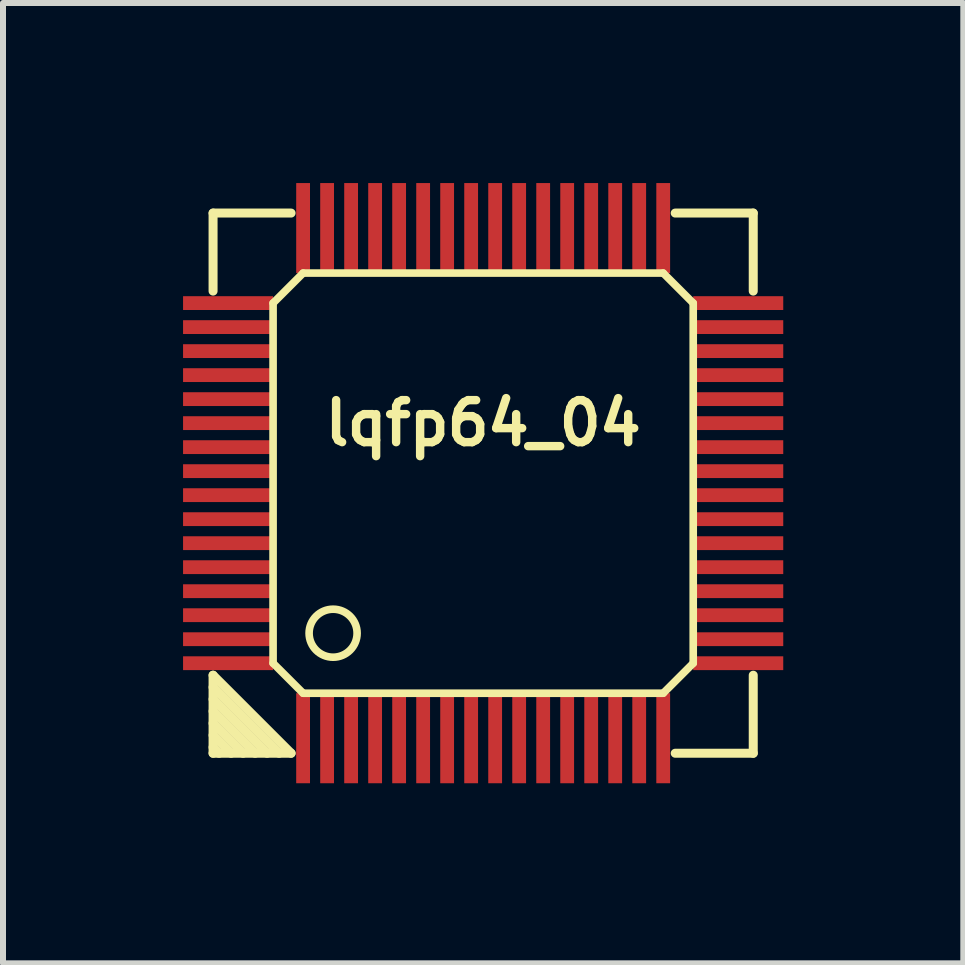
<source format=kicad_pcb>
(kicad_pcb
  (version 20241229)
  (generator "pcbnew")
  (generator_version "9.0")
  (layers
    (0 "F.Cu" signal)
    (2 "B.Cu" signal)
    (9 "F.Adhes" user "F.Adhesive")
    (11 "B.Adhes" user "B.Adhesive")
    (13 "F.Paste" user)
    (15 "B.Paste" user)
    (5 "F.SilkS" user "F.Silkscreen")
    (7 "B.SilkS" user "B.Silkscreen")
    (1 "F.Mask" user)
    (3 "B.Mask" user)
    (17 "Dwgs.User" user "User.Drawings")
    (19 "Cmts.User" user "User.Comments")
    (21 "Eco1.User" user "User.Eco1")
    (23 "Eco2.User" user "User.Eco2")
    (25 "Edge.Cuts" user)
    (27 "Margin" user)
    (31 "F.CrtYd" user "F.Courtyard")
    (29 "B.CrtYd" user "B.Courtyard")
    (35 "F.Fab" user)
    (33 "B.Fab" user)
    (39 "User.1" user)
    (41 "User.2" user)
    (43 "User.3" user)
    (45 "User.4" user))
  (footprint "lqfp64_04"
    (layer "F.Cu")
    (at 5 5)
    (property "Reference" "lqfp64_04" (at 0 -1 0) (layer "F.SilkS") (effects (font (size 0.7 0.7) (thickness 0.14))))
    (attr through_hole)
    (fp_line (start -4.5 -4.5) (end -3.2 -4.5) (stroke (width 0.15) (type solid)) (layer "F.SilkS"))
    (fp_line (start -4.5 -3.2) (end -4.5 -4.5) (stroke (width 0.15) (type solid)) (layer "F.SilkS"))
    (fp_line (start -4.5 3.2) (end -3.2 4.5) (stroke (width 0.15) (type solid)) (layer "F.SilkS"))
    (fp_line (start -4.5 3.4) (end -3.4 4.5) (stroke (width 0.15) (type solid)) (layer "F.SilkS"))
    (fp_line (start -4.5 3.8) (end -3.8 4.5) (stroke (width 0.15) (type solid)) (layer "F.SilkS"))
    (fp_line (start -4.5 4.2) (end -4.2 4.5) (stroke (width 0.15) (type solid)) (layer "F.SilkS"))
    (fp_line (start -4.5 4.5) (end -4.5 3.2) (stroke (width 0.15) (type solid)) (layer "F.SilkS"))
    (fp_line (start -4.4 4.5) (end -4.5 4.4) (stroke (width 0.15) (type solid)) (layer "F.SilkS"))
    (fp_line (start -4 4.5) (end -4.5 4) (stroke (width 0.15) (type solid)) (layer "F.SilkS"))
    (fp_line (start -3.6 4.5) (end -4.5 3.6) (stroke (width 0.15) (type solid)) (layer "F.SilkS"))
    (fp_line (start -3.5 -3) (end -3 -3.5) (stroke (width 0.127) (type solid)) (layer "F.SilkS"))
    (fp_line (start -3.5 3) (end -3.5 -3) (stroke (width 0.127) (type solid)) (layer "F.SilkS"))
    (fp_line (start -3.2 4.5) (end -4.5 4.5) (stroke (width 0.15) (type solid)) (layer "F.SilkS"))
    (fp_line (start -3 -3.5) (end 3 -3.5) (stroke (width 0.127) (type solid)) (layer "F.SilkS"))
    (fp_line (start -3 3.5) (end -3.5 3) (stroke (width 0.127) (type solid)) (layer "F.SilkS"))
    (fp_line (start 3 -3.5) (end 3.5 -3) (stroke (width 0.127) (type solid)) (layer "F.SilkS"))
    (fp_line (start 3 3.5) (end -3 3.5) (stroke (width 0.127) (type solid)) (layer "F.SilkS"))
    (fp_line (start 3.2 -4.5) (end 4.5 -4.5) (stroke (width 0.15) (type solid)) (layer "F.SilkS"))
    (fp_line (start 3.5 3) (end 3 3.5) (stroke (width 0.127) (type solid)) (layer "F.SilkS"))
    (fp_line (start 3.5 3) (end 3.5 -3) (stroke (width 0.127) (type solid)) (layer "F.SilkS"))
    (fp_line (start 4.5 -4.5) (end 4.5 -3.2) (stroke (width 0.15) (type solid)) (layer "F.SilkS"))
    (fp_line (start 4.5 3.2) (end 4.5 4.5) (stroke (width 0.15) (type solid)) (layer "F.SilkS"))
    (fp_line (start 4.5 4.5) (end 3.2 4.5) (stroke (width 0.15) (type solid)) (layer "F.SilkS"))
    (fp_circle (center -2.5 2.5) (end -2.1 2.5) (stroke (width 0.127) (type solid)) (fill no) (layer "F.SilkS"))
    (pad "1" smd rect (at -3 4.25) (size 0.23 1.5) (layers "F.Cu" "F.Mask" "F.Paste"))
    (pad "2" smd rect (at -2.6 4.25) (size 0.23 1.5) (layers "F.Cu" "F.Mask" "F.Paste"))
    (pad "3" smd rect (at -2.2 4.25) (size 0.23 1.5) (layers "F.Cu" "F.Mask" "F.Paste"))
    (pad "4" smd rect (at -1.8 4.25) (size 0.23 1.5) (layers "F.Cu" "F.Mask" "F.Paste"))
    (pad "5" smd rect (at -1.4 4.25) (size 0.23 1.5) (layers "F.Cu" "F.Mask" "F.Paste"))
    (pad "6" smd rect (at -1 4.25) (size 0.23 1.5) (layers "F.Cu" "F.Mask" "F.Paste"))
    (pad "7" smd rect (at -0.6 4.25) (size 0.23 1.5) (layers "F.Cu" "F.Mask" "F.Paste"))
    (pad "8" smd rect (at -0.2 4.25) (size 0.23 1.5) (layers "F.Cu" "F.Mask" "F.Paste"))
    (pad "9" smd rect (at 0.2 4.25) (size 0.23 1.5) (layers "F.Cu" "F.Mask" "F.Paste"))
    (pad "10" smd rect (at 0.6 4.25) (size 0.23 1.5) (layers "F.Cu" "F.Mask" "F.Paste"))
    (pad "11" smd rect (at 1 4.25) (size 0.23 1.5) (layers "F.Cu" "F.Mask" "F.Paste"))
    (pad "12" smd rect (at 1.4 4.25) (size 0.23 1.5) (layers "F.Cu" "F.Mask" "F.Paste"))
    (pad "13" smd rect (at 1.8 4.25) (size 0.23 1.5) (layers "F.Cu" "F.Mask" "F.Paste"))
    (pad "14" smd rect (at 2.2 4.25) (size 0.23 1.5) (layers "F.Cu" "F.Mask" "F.Paste"))
    (pad "15" smd rect (at 2.6 4.25) (size 0.23 1.5) (layers "F.Cu" "F.Mask" "F.Paste"))
    (pad "16" smd rect (at 3 4.25) (size 0.23 1.5) (layers "F.Cu" "F.Mask" "F.Paste"))
    (pad "17" smd rect (at 4.25 3) (size 1.5 0.23) (layers "F.Cu" "F.Mask" "F.Paste"))
    (pad "18" smd rect (at 4.25 2.6) (size 1.5 0.23) (layers "F.Cu" "F.Mask" "F.Paste"))
    (pad "19" smd rect (at 4.25 2.2) (size 1.5 0.23) (layers "F.Cu" "F.Mask" "F.Paste"))
    (pad "20" smd rect (at 4.25 1.8) (size 1.5 0.23) (layers "F.Cu" "F.Mask" "F.Paste"))
    (pad "21" smd rect (at 4.25 1.4) (size 1.5 0.23) (layers "F.Cu" "F.Mask" "F.Paste"))
    (pad "22" smd rect (at 4.25 1) (size 1.5 0.23) (layers "F.Cu" "F.Mask" "F.Paste"))
    (pad "23" smd rect (at 4.25 0.6) (size 1.5 0.23) (layers "F.Cu" "F.Mask" "F.Paste"))
    (pad "24" smd rect (at 4.25 0.2) (size 1.5 0.23) (layers "F.Cu" "F.Mask" "F.Paste"))
    (pad "25" smd rect (at 4.25 -0.2) (size 1.5 0.23) (layers "F.Cu" "F.Mask" "F.Paste"))
    (pad "26" smd rect (at 4.25 -0.6) (size 1.5 0.23) (layers "F.Cu" "F.Mask" "F.Paste"))
    (pad "27" smd rect (at 4.25 -1) (size 1.5 0.23) (layers "F.Cu" "F.Mask" "F.Paste"))
    (pad "28" smd rect (at 4.25 -1.4) (size 1.5 0.23) (layers "F.Cu" "F.Mask" "F.Paste"))
    (pad "29" smd rect (at 4.25 -1.8) (size 1.5 0.23) (layers "F.Cu" "F.Mask" "F.Paste"))
    (pad "30" smd rect (at 4.25 -2.2) (size 1.5 0.23) (layers "F.Cu" "F.Mask" "F.Paste"))
    (pad "31" smd rect (at 4.25 -2.6) (size 1.5 0.23) (layers "F.Cu" "F.Mask" "F.Paste"))
    (pad "32" smd rect (at 4.25 -3) (size 1.5 0.23) (layers "F.Cu" "F.Mask" "F.Paste"))
    (pad "33" smd rect (at 3 -4.25) (size 0.23 1.5) (layers "F.Cu" "F.Mask" "F.Paste"))
    (pad "34" smd rect (at 2.6 -4.25) (size 0.23 1.5) (layers "F.Cu" "F.Mask" "F.Paste"))
    (pad "35" smd rect (at 2.2 -4.25) (size 0.23 1.5) (layers "F.Cu" "F.Mask" "F.Paste"))
    (pad "36" smd rect (at 1.8 -4.25) (size 0.23 1.5) (layers "F.Cu" "F.Mask" "F.Paste"))
    (pad "37" smd rect (at 1.4 -4.25) (size 0.23 1.5) (layers "F.Cu" "F.Mask" "F.Paste"))
    (pad "38" smd rect (at 1 -4.25) (size 0.23 1.5) (layers "F.Cu" "F.Mask" "F.Paste"))
    (pad "39" smd rect (at 0.6 -4.25) (size 0.23 1.5) (layers "F.Cu" "F.Mask" "F.Paste"))
    (pad "40" smd rect (at 0.2 -4.25) (size 0.23 1.5) (layers "F.Cu" "F.Mask" "F.Paste"))
    (pad "41" smd rect (at -0.2 -4.25) (size 0.23 1.5) (layers "F.Cu" "F.Mask" "F.Paste"))
    (pad "42" smd rect (at -0.6 -4.25) (size 0.23 1.5) (layers "F.Cu" "F.Mask" "F.Paste"))
    (pad "43" smd rect (at -1 -4.25) (size 0.23 1.5) (layers "F.Cu" "F.Mask" "F.Paste"))
    (pad "44" smd rect (at -1.4 -4.25) (size 0.23 1.5) (layers "F.Cu" "F.Mask" "F.Paste"))
    (pad "45" smd rect (at -1.8 -4.25) (size 0.23 1.5) (layers "F.Cu" "F.Mask" "F.Paste"))
    (pad "46" smd rect (at -2.2 -4.25) (size 0.23 1.5) (layers "F.Cu" "F.Mask" "F.Paste"))
    (pad "47" smd rect (at -2.6 -4.25) (size 0.23 1.5) (layers "F.Cu" "F.Mask" "F.Paste"))
    (pad "48" smd rect (at -3 -4.25) (size 0.23 1.5) (layers "F.Cu" "F.Mask" "F.Paste"))
    (pad "49" smd rect (at -4.25 -3) (size 1.5 0.23) (layers "F.Cu" "F.Mask" "F.Paste"))
    (pad "50" smd rect (at -4.25 -2.6) (size 1.5 0.23) (layers "F.Cu" "F.Mask" "F.Paste"))
    (pad "51" smd rect (at -4.25 -2.2) (size 1.5 0.23) (layers "F.Cu" "F.Mask" "F.Paste"))
    (pad "52" smd rect (at -4.25 -1.8) (size 1.5 0.23) (layers "F.Cu" "F.Mask" "F.Paste"))
    (pad "53" smd rect (at -4.25 -1.4) (size 1.5 0.23) (layers "F.Cu" "F.Mask" "F.Paste"))
    (pad "54" smd rect (at -4.25 -1) (size 1.5 0.23) (layers "F.Cu" "F.Mask" "F.Paste"))
    (pad "55" smd rect (at -4.25 -0.6) (size 1.5 0.23) (layers "F.Cu" "F.Mask" "F.Paste"))
    (pad "56" smd rect (at -4.25 -0.2) (size 1.5 0.23) (layers "F.Cu" "F.Mask" "F.Paste"))
    (pad "57" smd rect (at -4.25 0.2) (size 1.5 0.23) (layers "F.Cu" "F.Mask" "F.Paste"))
    (pad "58" smd rect (at -4.25 0.6) (size 1.5 0.23) (layers "F.Cu" "F.Mask" "F.Paste"))
    (pad "59" smd rect (at -4.25 1) (size 1.5 0.23) (layers "F.Cu" "F.Mask" "F.Paste"))
    (pad "60" smd rect (at -4.25 1.4) (size 1.5 0.23) (layers "F.Cu" "F.Mask" "F.Paste"))
    (pad "61" smd rect (at -4.25 1.8) (size 1.5 0.23) (layers "F.Cu" "F.Mask" "F.Paste"))
    (pad "62" smd rect (at -4.25 2.2) (size 1.5 0.23) (layers "F.Cu" "F.Mask" "F.Paste"))
    (pad "63" smd rect (at -4.25 2.6) (size 1.5 0.23) (layers "F.Cu" "F.Mask" "F.Paste"))
    (pad "64" smd rect (at -4.25 3) (size 1.5 0.23) (layers "F.Cu" "F.Mask" "F.Paste")))
  (gr_rect
    (start -3 -3)
    (end 13 13)
    (stroke (width 0.1) (type default))
    (fill no)
    (layer "Edge.Cuts")))
</source>
